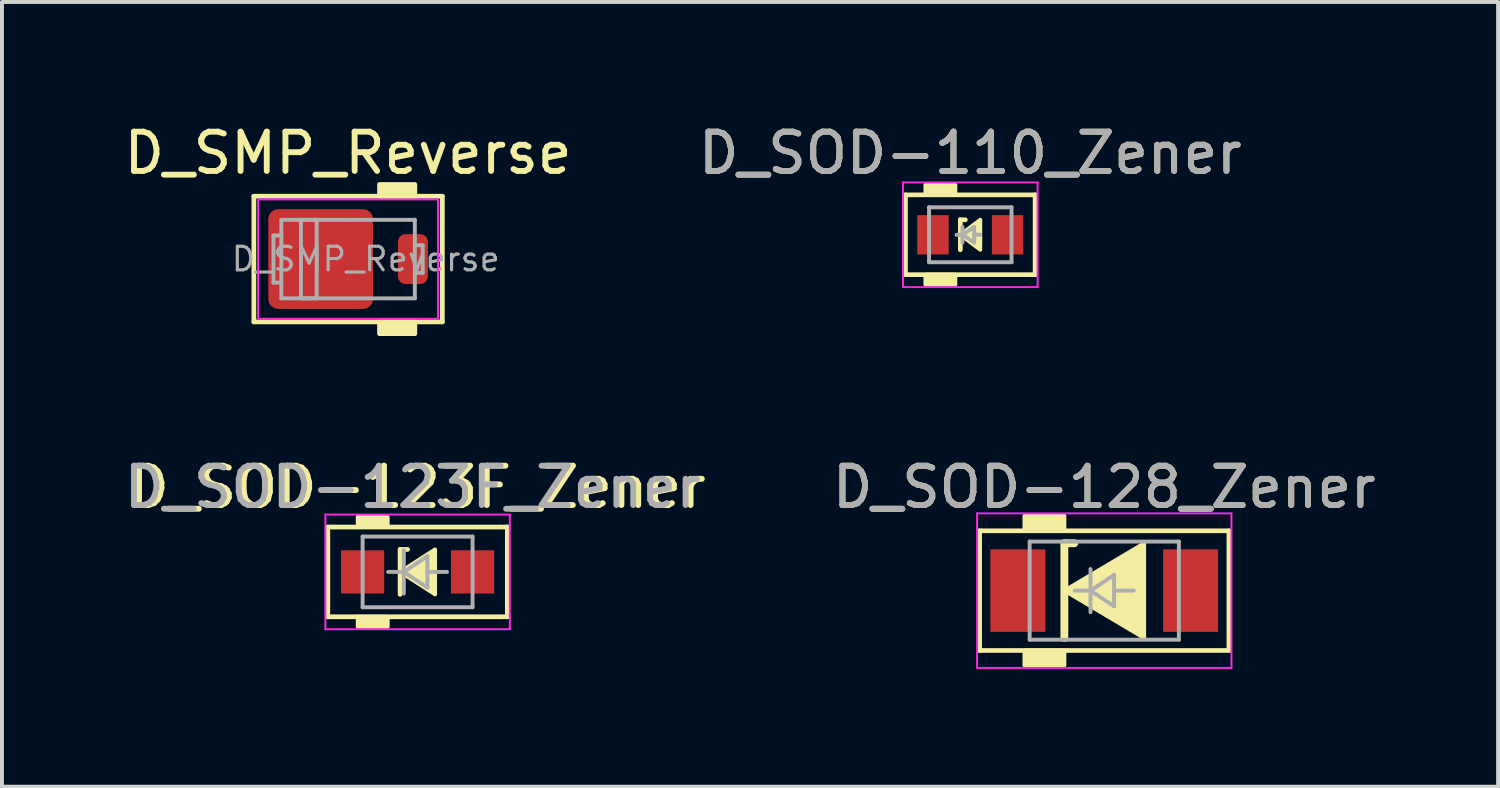
<source format=kicad_pcb>
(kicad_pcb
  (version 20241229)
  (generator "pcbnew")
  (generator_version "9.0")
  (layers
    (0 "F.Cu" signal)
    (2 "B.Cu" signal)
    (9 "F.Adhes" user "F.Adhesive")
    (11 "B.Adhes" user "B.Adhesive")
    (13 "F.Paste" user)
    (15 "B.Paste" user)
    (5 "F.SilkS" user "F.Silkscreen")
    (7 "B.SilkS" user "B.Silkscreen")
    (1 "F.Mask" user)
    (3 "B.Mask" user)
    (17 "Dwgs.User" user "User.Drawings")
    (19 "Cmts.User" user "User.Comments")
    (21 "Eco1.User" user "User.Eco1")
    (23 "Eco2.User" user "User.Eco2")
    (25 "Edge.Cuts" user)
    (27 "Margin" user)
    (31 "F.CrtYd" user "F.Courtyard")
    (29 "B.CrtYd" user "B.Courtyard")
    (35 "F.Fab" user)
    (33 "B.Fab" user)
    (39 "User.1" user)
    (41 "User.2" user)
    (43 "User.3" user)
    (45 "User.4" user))
  (footprint "D_SOD-110_Zener"
    (layer "F.Cu")
    (at 21.661 2.929)
    (property "Reference" "D_SOD-110_Zener" (at 0 -2.081 0) (layer "F.SilkS") (effects (font (size 1 1) (thickness 0.15))))
    (attr smd)
    (fp_line (start -1.651 -1.016) (end -1.651 1.016) (stroke (width 0.12) (type solid)) (layer "F.SilkS"))
    (fp_line (start -1.651 1.016) (end 1.651 1.016) (stroke (width 0.12) (type solid)) (layer "F.SilkS"))
    (fp_line (start -0.254 -0.381) (end -0.254 0.381) (stroke (width 0.12) (type solid)) (layer "F.SilkS"))
    (fp_line (start -0.254 -0.381) (end -0.127 -0.381) (stroke (width 0.12) (type solid)) (layer "F.SilkS"))
    (fp_line (start 1.651 -1.016) (end -1.651 -1.016) (stroke (width 0.12) (type solid)) (layer "F.SilkS"))
    (fp_line (start 1.651 1.016) (end 1.651 -1.016) (stroke (width 0.12) (type solid)) (layer "F.SilkS"))
    (fp_poly (pts (xy 0.254 0.381) (xy -0.254 0) (xy 0.254 -0.381)) (stroke (width 0.1) (type solid)) (fill yes) (layer "F.SilkS"))
    (fp_poly (pts (xy -0.381 -1.016) (xy -1.143 -1.016) (xy -1.143 -1.27) (xy -0.381 -1.27)) (stroke (width 0.1) (type solid)) (fill yes) (layer "F.SilkS"))
    (fp_poly (pts (xy -0.381 1.27) (xy -1.143 1.27) (xy -1.143 1.016) (xy -0.381 1.016)) (stroke (width 0.1) (type solid)) (fill yes) (layer "F.SilkS"))
    (fp_line (start -1.714 -1.333) (end -1.714 1.333) (stroke (width 0.05) (type solid)) (layer "F.CrtYd"))
    (fp_line (start -1.714 -1.333) (end 1.714 -1.333) (stroke (width 0.05) (type solid)) (layer "F.CrtYd"))
    (fp_line (start 1.714 -1.333) (end 1.714 1.333) (stroke (width 0.05) (type solid)) (layer "F.CrtYd"))
    (fp_line (start 1.714 1.333) (end -1.714 1.333) (stroke (width 0.05) (type solid)) (layer "F.CrtYd"))
    (fp_line (start -1.05 -0.7) (end -1.05 0.7) (stroke (width 0.1) (type solid)) (layer "F.Fab"))
    (fp_line (start -1.05 0.7) (end 1.05 0.7) (stroke (width 0.1) (type solid)) (layer "F.Fab"))
    (fp_line (start -0.2 0) (end -0.35 0) (stroke (width 0.1) (type solid)) (layer "F.Fab"))
    (fp_line (start -0.2 0) (end 0.1 0.2) (stroke (width 0.1) (type solid)) (layer "F.Fab"))
    (fp_line (start -0.2 0.2) (end -0.2 -0.2) (stroke (width 0.1) (type solid)) (layer "F.Fab"))
    (fp_line (start 0.1 -0.2) (end -0.2 0) (stroke (width 0.1) (type solid)) (layer "F.Fab"))
    (fp_line (start 0.1 0) (end 0.25 0) (stroke (width 0.1) (type solid)) (layer "F.Fab"))
    (fp_line (start 0.1 0.2) (end 0.1 -0.2) (stroke (width 0.1) (type solid)) (layer "F.Fab"))
    (fp_line (start 1.05 -0.7) (end -1.05 -0.7) (stroke (width 0.1) (type solid)) (layer "F.Fab"))
    (fp_line (start 1.05 0.7) (end 1.05 -0.7) (stroke (width 0.1) (type solid)) (layer "F.Fab"))
    (fp_text user "${REFERENCE}" (at 0 -2.081 0) (layer "F.Fab") (effects (font (size 1 1) (thickness 0.15))))
    (pad "1" smd rect (at -0.95 0) (size 0.8 1) (layers "F.Cu" "F.Mask" "F.Paste"))
    (pad "2" smd rect (at 0.95 0) (size 0.8 1) (layers "F.Cu" "F.Mask" "F.Paste")))
  (footprint "D_SOD-128_Zener"
    (layer "F.Cu")
    (at 25.073 11.992)
    (property "Reference" "D_SOD-128_Zener" (at 0 -2.635 0) (layer "F.SilkS") (effects (font (size 1 1) (thickness 0.15))))
    (attr smd)
    (fp_line (start -3.175 -1.524) (end -3.175 1.524) (stroke (width 0.12) (type solid)) (layer "F.SilkS"))
    (fp_line (start -3.175 1.524) (end 3.175 1.524) (stroke (width 0.12) (type solid)) (layer "F.SilkS"))
    (fp_line (start -1.016 -1.206) (end -1.016 1.206) (stroke (width 0.2) (type solid)) (layer "F.SilkS"))
    (fp_line (start -1.016 -1.206) (end -0.762 -1.206) (stroke (width 0.2) (type solid)) (layer "F.SilkS"))
    (fp_line (start 3.175 -1.524) (end -3.175 -1.524) (stroke (width 0.12) (type solid)) (layer "F.SilkS"))
    (fp_line (start 3.175 1.524) (end 3.175 -1.524) (stroke (width 0.12) (type solid)) (layer "F.SilkS"))
    (fp_poly (pts (xy 1.016 1.206) (xy -1.016 0) (xy 1.016 -1.206)) (stroke (width 0.1) (type solid)) (fill yes) (layer "F.SilkS"))
    (fp_poly (pts (xy -1.016 -1.524) (xy -2.032 -1.524) (xy -2.032 -1.905) (xy -1.016 -1.905)) (stroke (width 0.1) (type solid)) (fill yes) (layer "F.SilkS"))
    (fp_poly (pts (xy -1.016 1.905) (xy -2.032 1.905) (xy -2.032 1.524) (xy -1.016 1.524)) (stroke (width 0.1) (type solid)) (fill yes) (layer "F.SilkS"))
    (fp_line (start -3.239 -1.968) (end -3.239 1.968) (stroke (width 0.05) (type solid)) (layer "F.CrtYd"))
    (fp_line (start -3.239 -1.968) (end 3.239 -1.968) (stroke (width 0.05) (type solid)) (layer "F.CrtYd"))
    (fp_line (start 3.239 -1.968) (end 3.239 1.968) (stroke (width 0.05) (type solid)) (layer "F.CrtYd"))
    (fp_line (start 3.239 1.968) (end -3.239 1.968) (stroke (width 0.05) (type solid)) (layer "F.CrtYd"))
    (fp_line (start -1.9 -1.25) (end 1.9 -1.25) (stroke (width 0.1) (type solid)) (layer "F.Fab"))
    (fp_line (start -1.9 1.25) (end -1.9 -1.25) (stroke (width 0.1) (type solid)) (layer "F.Fab"))
    (fp_line (start -0.75 0) (end -0.35 0) (stroke (width 0.1) (type solid)) (layer "F.Fab"))
    (fp_line (start -0.35 0) (end -0.35 -0.55) (stroke (width 0.1) (type solid)) (layer "F.Fab"))
    (fp_line (start -0.35 0) (end -0.35 0.55) (stroke (width 0.1) (type solid)) (layer "F.Fab"))
    (fp_line (start -0.35 0) (end 0.25 -0.4) (stroke (width 0.1) (type solid)) (layer "F.Fab"))
    (fp_line (start 0.25 -0.4) (end 0.25 0.4) (stroke (width 0.1) (type solid)) (layer "F.Fab"))
    (fp_line (start 0.25 0) (end 0.75 0) (stroke (width 0.1) (type solid)) (layer "F.Fab"))
    (fp_line (start 0.25 0.4) (end -0.35 0) (stroke (width 0.1) (type solid)) (layer "F.Fab"))
    (fp_line (start 1.9 -1.25) (end 1.9 1.25) (stroke (width 0.1) (type solid)) (layer "F.Fab"))
    (fp_line (start 1.9 1.25) (end -1.9 1.25) (stroke (width 0.1) (type solid)) (layer "F.Fab"))
    (fp_text user "${REFERENCE}" (at 0 -2.635 0) (layer "F.Fab") (effects (font (size 1 1) (thickness 0.15))))
    (pad "1" smd rect (at -2.2 0) (size 1.4 2.1) (layers "F.Cu" "F.Mask" "F.Paste"))
    (pad "2" smd rect (at 2.2 0) (size 1.4 2.1) (layers "F.Cu" "F.Mask" "F.Paste")))
  (footprint "D_SMP_Reverse"
    (layer "F.Cu")
    (at 5.815 3.548)
    (property "Reference" "D_SMP_Reverse" (at 0 -2.7 0) (unlocked yes) (layer "F.SilkS") (effects (font (size 1 1) (thickness 0.15))))
    (fp_line (start -2.4 -1.6) (end -2.4 1.6) (stroke (width 0.12) (type solid)) (layer "F.SilkS"))
    (fp_line (start -2.4 1.6) (end 2.4 1.6) (stroke (width 0.12) (type solid)) (layer "F.SilkS"))
    (fp_line (start 2.4 -1.6) (end -2.4 -1.6) (stroke (width 0.12) (type solid)) (layer "F.SilkS"))
    (fp_line (start 2.4 1.6) (end 2.4 -1.6) (stroke (width 0.12) (type solid)) (layer "F.SilkS"))
    (fp_rect (start 0.8 -1.6) (end 1.7 -1.9) (stroke (width 0.12) (type solid)) (fill yes) (layer "F.SilkS"))
    (fp_rect (start 0.8 1.9) (end 1.7 1.6) (stroke (width 0.12) (type solid)) (fill yes) (layer "F.SilkS"))
    (fp_rect (start -2.29 -1.52) (end 2.29 1.52) (stroke (width 0.05) (type solid)) (fill no) (layer "F.CrtYd"))
    (fp_line (start -1.9 -0.6) (end -1.9 0.6) (stroke (width 0.1) (type solid)) (layer "F.Fab"))
    (fp_line (start -1.9 -0.6) (end -1.7 -0.6) (stroke (width 0.1) (type solid)) (layer "F.Fab"))
    (fp_line (start -1.9 0.6) (end -1.7 0.6) (stroke (width 0.1) (type solid)) (layer "F.Fab"))
    (fp_line (start -1.7 -1) (end -1.7 1) (stroke (width 0.1) (type solid)) (layer "F.Fab"))
    (fp_line (start -1.7 1) (end 1.7 1) (stroke (width 0.1) (type solid)) (layer "F.Fab"))
    (fp_line (start 0 -1) (end -1.7 -1) (stroke (width 0.1) (type solid)) (layer "F.Fab"))
    (fp_line (start 1.7 -1) (end 0 -1) (stroke (width 0.1) (type solid)) (layer "F.Fab"))
    (fp_line (start 1.7 1) (end 1.7 -1) (stroke (width 0.1) (type solid)) (layer "F.Fab"))
    (fp_line (start 1.9 -0.35) (end 1.7 -0.35) (stroke (width 0.1) (type solid)) (layer "F.Fab"))
    (fp_line (start 1.9 -0.35) (end 1.9 0.35) (stroke (width 0.1) (type solid)) (layer "F.Fab"))
    (fp_line (start 1.9 0.35) (end 1.7 0.35) (stroke (width 0.1) (type solid)) (layer "F.Fab"))
    (fp_rect (start -1.2 -1) (end -0.8 1) (stroke (width 0.1) (type solid)) (fill no) (layer "F.Fab"))
    (fp_text user "${REFERENCE}" (at 0.45 0 0) (layer "F.Fab") (effects (font (size 0.6 0.6) (thickness 0.08))))
    (pad "" smd roundrect (at -1.4 -0.7) (size 1.1 1.1) (layers "F.Paste") (roundrect_rratio 0.25))
    (pad "" smd roundrect (at -1.4 0.7) (size 1.1 1.1) (layers "F.Paste") (roundrect_rratio 0.25))
    (pad "" smd roundrect (at 0 -0.7) (size 1.1 1.1) (layers "F.Paste") (roundrect_rratio 0.25))
    (pad "" smd roundrect (at 0 0.7) (size 1.1 1.1) (layers "F.Paste") (roundrect_rratio 0.25))
    (pad "1" smd roundrect (at 1.651 0) (size 0.762 1.27) (layers "F.Cu" "F.Mask" "F.Paste") (roundrect_rratio 0.25))
    (pad "2" smd roundrect (at -0.699 0) (size 2.667 2.54) (layers "F.Cu" "F.Mask") (roundrect_rratio 0.098)))
  (footprint "D_SOD-123F_Zener"
    (layer "F.Cu")
    (at 7.585 11.515)
    (property "Reference" "D_SOD-123F_Zener" (at 0 -2.159 0) (layer "F.SilkS") (effects (font (size 1 1) (thickness 0.15))))
    (attr smd)
    (fp_line (start -2.286 -1.143) (end 2.286 -1.143) (stroke (width 0.12) (type solid)) (layer "F.SilkS"))
    (fp_line (start -2.286 1.143) (end -2.286 -1.143) (stroke (width 0.12) (type solid)) (layer "F.SilkS"))
    (fp_line (start -0.445 -0.572) (end -0.445 0.572) (stroke (width 0.12) (type solid)) (layer "F.SilkS"))
    (fp_line (start -0.445 -0.572) (end -0.254 -0.572) (stroke (width 0.12) (type solid)) (layer "F.SilkS"))
    (fp_line (start 2.286 -1.143) (end 2.286 1.143) (stroke (width 0.12) (type solid)) (layer "F.SilkS"))
    (fp_line (start 2.286 1.143) (end -2.286 1.143) (stroke (width 0.12) (type solid)) (layer "F.SilkS"))
    (fp_poly (pts (xy 0.445 0.572) (xy -0.445 0) (xy 0.445 -0.572)) (stroke (width 0.1) (type solid)) (fill yes) (layer "F.SilkS"))
    (fp_poly (pts (xy -0.762 -1.143) (xy -1.524 -1.143) (xy -1.524 -1.397) (xy -0.762 -1.397)) (stroke (width 0.1) (type solid)) (fill yes) (layer "F.SilkS"))
    (fp_poly (pts (xy -0.762 1.397) (xy -1.524 1.397) (xy -1.524 1.143) (xy -0.762 1.143)) (stroke (width 0.1) (type solid)) (fill yes) (layer "F.SilkS"))
    (fp_line (start -2.349 -1.46) (end -2.349 1.46) (stroke (width 0.05) (type solid)) (layer "F.CrtYd"))
    (fp_line (start -2.349 -1.46) (end 2.349 -1.46) (stroke (width 0.05) (type solid)) (layer "F.CrtYd"))
    (fp_line (start 2.349 -1.46) (end 2.349 1.46) (stroke (width 0.05) (type solid)) (layer "F.CrtYd"))
    (fp_line (start 2.349 1.46) (end -2.349 1.46) (stroke (width 0.05) (type solid)) (layer "F.CrtYd"))
    (fp_line (start -1.4 -0.9) (end 1.4 -0.9) (stroke (width 0.1) (type solid)) (layer "F.Fab"))
    (fp_line (start -1.4 0.9) (end -1.4 -0.9) (stroke (width 0.1) (type solid)) (layer "F.Fab"))
    (fp_line (start -0.75 0) (end -0.35 0) (stroke (width 0.1) (type solid)) (layer "F.Fab"))
    (fp_line (start -0.35 0) (end -0.35 -0.55) (stroke (width 0.1) (type solid)) (layer "F.Fab"))
    (fp_line (start -0.35 0) (end -0.35 0.55) (stroke (width 0.1) (type solid)) (layer "F.Fab"))
    (fp_line (start -0.35 0) (end 0.25 -0.4) (stroke (width 0.1) (type solid)) (layer "F.Fab"))
    (fp_line (start 0.25 -0.4) (end 0.25 0.4) (stroke (width 0.1) (type solid)) (layer "F.Fab"))
    (fp_line (start 0.25 0) (end 0.75 0) (stroke (width 0.1) (type solid)) (layer "F.Fab"))
    (fp_line (start 0.25 0.4) (end -0.35 0) (stroke (width 0.1) (type solid)) (layer "F.Fab"))
    (fp_line (start 1.4 -0.9) (end 1.4 0.9) (stroke (width 0.1) (type solid)) (layer "F.Fab"))
    (fp_line (start 1.4 0.9) (end -1.4 0.9) (stroke (width 0.1) (type solid)) (layer "F.Fab"))
    (fp_text user "${REFERENCE}" (at -0.127 -2.159 0) (layer "F.Fab") (effects (font (size 1 1) (thickness 0.15))))
    (pad "1" smd rect (at -1.4 0) (size 1.1 1.1) (layers "F.Cu" "F.Mask" "F.Paste"))
    (pad "2" smd rect (at 1.4 0) (size 1.1 1.1) (layers "F.Cu" "F.Mask" "F.Paste")))
  (gr_rect
    (start -3 -3)
    (end 35.103 16.985)
    (stroke (width 0.1) (type default))
    (fill no)
    (layer "Edge.Cuts")))
</source>
